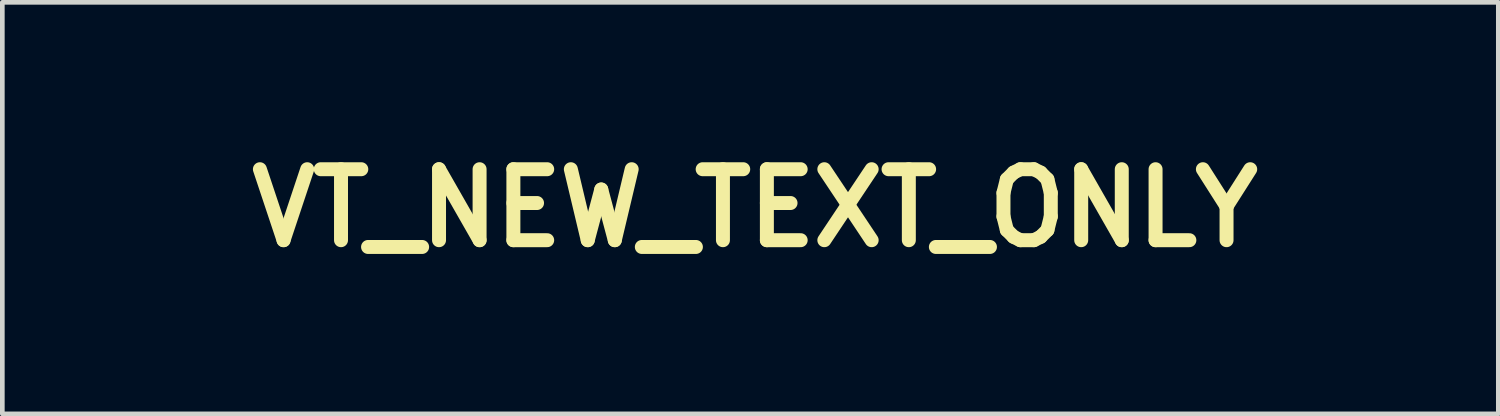
<source format=kicad_pcb>
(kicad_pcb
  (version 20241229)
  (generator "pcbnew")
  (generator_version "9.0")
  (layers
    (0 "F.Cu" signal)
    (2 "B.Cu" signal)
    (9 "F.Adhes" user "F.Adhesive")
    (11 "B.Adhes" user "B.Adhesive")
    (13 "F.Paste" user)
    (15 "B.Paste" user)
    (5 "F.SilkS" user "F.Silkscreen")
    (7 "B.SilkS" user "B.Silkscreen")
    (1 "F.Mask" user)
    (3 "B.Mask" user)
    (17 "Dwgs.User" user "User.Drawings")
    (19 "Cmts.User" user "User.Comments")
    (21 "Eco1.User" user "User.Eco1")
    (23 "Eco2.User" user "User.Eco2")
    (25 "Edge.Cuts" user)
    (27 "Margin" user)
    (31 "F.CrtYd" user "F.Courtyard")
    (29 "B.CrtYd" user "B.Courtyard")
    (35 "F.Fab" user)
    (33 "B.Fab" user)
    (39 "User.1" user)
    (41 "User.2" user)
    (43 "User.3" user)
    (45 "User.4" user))
  (footprint "VT_NEW_TEXT_ONLY"
    (layer "F.Cu")
    (at 13.162 1.418)
    (property "Reference" "VT_NEW_TEXT_ONLY" (at 0 0 0) (layer "F.SilkS") (effects (font (size 1.524 1.524) (thickness 0.3))))
    (attr through_hole)
    (fp_poly (pts (xy -9.855 1.219) (xy -10.312 1.219) (xy -10.312 -1.168) (xy -9.855 -1.168) (xy -9.855 1.219)) (stroke (width 0.01) (type solid)) (fill yes) (layer "F.Mask"))
    (fp_poly (pts (xy -3.759 1.219) (xy -4.216 1.219) (xy -4.216 -1.168) (xy -3.759 -1.168) (xy -3.759 1.219)) (stroke (width 0.01) (type solid)) (fill yes) (layer "F.Mask"))
    (fp_poly (pts (xy 0.254 1.219) (xy -0.203 1.219) (xy -0.203 -1.168) (xy 0.254 -1.168) (xy 0.254 1.219)) (stroke (width 0.01) (type solid)) (fill yes) (layer "F.Mask"))
    (fp_poly (pts (xy 6.045 -0.762) (xy 5.334 -0.762) (xy 5.334 1.219) (xy 4.879 1.219) (xy 4.865 0.241) (xy 4.851 -0.737) (xy 4.508 -0.752) (xy 4.166 -0.767) (xy 4.166 -1.168) (xy 6.045 -1.168) (xy 6.045 -0.762)) (stroke (width 0.01) (type solid)) (fill yes) (layer "F.Mask"))
    (fp_poly (pts (xy 11.328 -0.203) (xy 12.497 -0.203) (xy 12.497 -1.168) (xy 12.954 -1.168) (xy 12.954 1.219) (xy 12.497 1.219) (xy 12.497 0.254) (xy 11.328 0.254) (xy 11.328 1.219) (xy 10.871 1.219) (xy 10.871 -1.168) (xy 11.328 -1.168) (xy 11.328 -0.203)) (stroke (width 0.01) (type solid)) (fill yes) (layer "F.Mask"))
    (fp_poly (pts (xy 7.925 -0.762) (xy 6.858 -0.762) (xy 6.858 -0.203) (xy 7.722 -0.203) (xy 7.722 0.021) (xy 7.717 0.16) (xy 7.691 0.225) (xy 7.622 0.244) (xy 7.556 0.244) (xy 7.406 0.244) (xy 7.213 0.247) (xy 7.125 0.248) (xy 6.858 0.254) (xy 6.858 0.813) (xy 7.925 0.813) (xy 7.925 1.219) (xy 6.401 1.219) (xy 6.401 -1.168) (xy 7.925 -1.168) (xy 7.925 -0.762)) (stroke (width 0.01) (type solid)) (fill yes) (layer "F.Mask"))
    (fp_poly (pts (xy -0.914 1.225) (xy -1.13 1.209) (xy -1.206 1.202) (xy -1.271 1.185) (xy -1.335 1.147) (xy -1.409 1.076) (xy -1.504 0.963) (xy -1.632 0.795) (xy -1.803 0.561) (xy -1.904 0.422) (xy -2.084 0.174) (xy -2.248 -0.048) (xy -2.383 -0.229) (xy -2.48 -0.356) (xy -2.527 -0.414) (xy -2.551 -0.419) (xy -2.569 -0.373) (xy -2.58 -0.265) (xy -2.587 -0.083) (xy -2.59 0.184) (xy -2.591 0.371) (xy -2.591 1.219) (xy -3.048 1.219) (xy -3.048 -1.168) (xy -2.781 -1.168) (xy -2.619 -1.16) (xy -2.497 -1.143) (xy -2.459 -1.13) (xy -2.412 -1.077) (xy -2.318 -0.956) (xy -2.19 -0.781) (xy -2.037 -0.567) (xy -1.932 -0.418) (xy -1.77 -0.189) (xy -1.627 0.01) (xy -1.512 0.165) (xy -1.438 0.26) (xy -1.416 0.283) (xy -1.4 0.246) (xy -1.387 0.123) (xy -1.377 -0.069) (xy -1.372 -0.314) (xy -1.372 -0.429) (xy -1.372 -1.168) (xy -0.914 -1.168) (xy -0.914 1.225)) (stroke (width 0.01) (type solid)) (fill yes) (layer "F.Mask"))
    (fp_poly (pts (xy 1.878 -1.158) (xy 2.105 -1.143) (xy 3.138 1.219) (xy 2.923 1.219) (xy 2.764 1.203) (xy 2.647 1.141) (xy 2.545 1.015) (xy 2.469 0.876) (xy 2.385 0.711) (xy 1.572 0.711) (xy 1.649 0.562) (xy 1.779 0.387) (xy 1.943 0.279) (xy 2.069 0.254) (xy 2.159 0.245) (xy 2.184 0.23) (xy 2.166 0.162) (xy 2.118 0.038) (xy 2.053 -0.114) (xy 1.985 -0.265) (xy 1.925 -0.388) (xy 1.887 -0.453) (xy 1.881 -0.457) (xy 1.852 -0.413) (xy 1.79 -0.291) (xy 1.704 -0.106) (xy 1.601 0.125) (xy 1.529 0.292) (xy 1.414 0.554) (xy 1.307 0.787) (xy 1.217 0.974) (xy 1.152 1.096) (xy 1.129 1.13) (xy 1.047 1.179) (xy 0.924 1.211) (xy 0.795 1.222) (xy 0.695 1.21) (xy 0.66 1.175) (xy 0.68 1.113) (xy 0.732 0.979) (xy 0.809 0.793) (xy 0.891 0.603) (xy 1.007 0.336) (xy 1.144 0.019) (xy 1.283 -0.306) (xy 1.386 -0.548) (xy 1.65 -1.173) (xy 1.878 -1.158)) (stroke (width 0.01) (type solid)) (fill yes) (layer "F.Mask"))
    (fp_poly (pts (xy -12.845 -1.168) (xy -12.777 -1.158) (xy -12.718 -1.128) (xy -12.661 -1.065) (xy -12.597 -0.959) (xy -12.518 -0.798) (xy -12.417 -0.569) (xy -12.285 -0.262) (xy -12.243 -0.164) (xy -12.142 0.068) (xy -12.052 0.264) (xy -11.984 0.407) (xy -11.943 0.478) (xy -11.939 0.482) (xy -11.908 0.445) (xy -11.845 0.33) (xy -11.759 0.152) (xy -11.656 -0.076) (xy -11.583 -0.243) (xy -11.468 -0.505) (xy -11.36 -0.739) (xy -11.268 -0.926) (xy -11.201 -1.049) (xy -11.177 -1.083) (xy -11.069 -1.148) (xy -10.904 -1.16) (xy -10.885 -1.159) (xy -10.679 -1.143) (xy -11.194 0.037) (xy -11.709 1.218) (xy -11.928 1.219) (xy -12.069 1.211) (xy -12.148 1.172) (xy -12.205 1.076) (xy -12.225 1.029) (xy -12.297 0.859) (xy -12.381 0.666) (xy -12.406 0.61) (xy -12.559 0.264) (xy -12.706 -0.071) (xy -12.841 -0.383) (xy -12.959 -0.658) (xy -13.054 -0.884) (xy -13.121 -1.048) (xy -13.155 -1.137) (xy -13.157 -1.148) (xy -13.112 -1.16) (xy -12.997 -1.167) (xy -12.93 -1.168) (xy -12.845 -1.168)) (stroke (width 0.01) (type solid)) (fill yes) (layer "F.Mask"))
    (fp_poly (pts (xy 9.812 -1.146) (xy 10.061 -1.047) (xy 10.238 -0.935) (xy 10.332 -0.819) (xy 10.34 -0.718) (xy 10.26 -0.611) (xy 10.112 -0.578) (xy 9.901 -0.619) (xy 9.786 -0.662) (xy 9.513 -0.741) (xy 9.276 -0.73) (xy 9.059 -0.628) (xy 8.991 -0.576) (xy 8.799 -0.358) (xy 8.7 -0.115) (xy 8.694 0.136) (xy 8.781 0.38) (xy 8.961 0.601) (xy 8.988 0.624) (xy 9.217 0.757) (xy 9.472 0.791) (xy 9.753 0.728) (xy 9.798 0.709) (xy 10.038 0.635) (xy 10.22 0.642) (xy 10.343 0.729) (xy 10.363 0.761) (xy 10.384 0.831) (xy 10.349 0.893) (xy 10.243 0.975) (xy 10.217 0.993) (xy 10.027 1.096) (xy 9.804 1.186) (xy 9.588 1.248) (xy 9.428 1.268) (xy 9.322 1.251) (xy 9.163 1.209) (xy 9.042 1.171) (xy 8.744 1.019) (xy 8.509 0.8) (xy 8.341 0.532) (xy 8.247 0.23) (xy 8.232 -0.087) (xy 8.303 -0.401) (xy 8.435 -0.656) (xy 8.67 -0.917) (xy 8.954 -1.097) (xy 9.271 -1.191) (xy 9.607 -1.192) (xy 9.812 -1.146)) (stroke (width 0.01) (type solid)) (fill yes) (layer "F.Mask"))
    (fp_poly (pts (xy -5.556 -1.166) (xy -5.246 -1.054) (xy -5.036 -0.921) (xy -4.95 -0.825) (xy -4.95 -0.72) (xy -4.95 -0.719) (xy -5.031 -0.612) (xy -5.176 -0.577) (xy -5.379 -0.614) (xy -5.484 -0.655) (xy -5.697 -0.733) (xy -5.865 -0.755) (xy -6.029 -0.722) (xy -6.172 -0.66) (xy -6.376 -0.512) (xy -6.52 -0.306) (xy -6.595 -0.068) (xy -6.591 0.176) (xy -6.533 0.345) (xy -6.364 0.569) (xy -6.139 0.72) (xy -5.878 0.789) (xy -5.604 0.766) (xy -5.599 0.765) (xy -5.465 0.722) (xy -5.403 0.669) (xy -5.385 0.576) (xy -5.385 0.531) (xy -5.395 0.411) (xy -5.439 0.363) (xy -5.502 0.356) (xy -5.647 0.317) (xy -5.726 0.202) (xy -5.74 0.091) (xy -5.74 -0.051) (xy -4.928 -0.051) (xy -4.928 1.007) (xy -5.149 1.114) (xy -5.341 1.181) (xy -5.579 1.229) (xy -5.825 1.252) (xy -6.04 1.247) (xy -6.147 1.226) (xy -6.485 1.067) (xy -6.751 0.842) (xy -6.939 0.559) (xy -7.043 0.228) (xy -7.061 -0.000184) (xy -7.016 -0.33) (xy -6.891 -0.616) (xy -6.7 -0.852) (xy -6.456 -1.031) (xy -6.175 -1.148) (xy -5.87 -1.195) (xy -5.556 -1.166)) (stroke (width 0.01) (type solid)) (fill yes) (layer "F.Mask"))
    (fp_poly (pts (xy -8.261 -1.16) (xy -8.024 -1.13) (xy -7.848 -1.07) (xy -7.713 -0.974) (xy -7.599 -0.834) (xy -7.572 -0.792) (xy -7.485 -0.562) (xy -7.479 -0.311) (xy -7.548 -0.066) (xy -7.684 0.14) (xy -7.778 0.222) (xy -7.818 0.256) (xy -7.829 0.299) (xy -7.806 0.365) (xy -7.739 0.472) (xy -7.622 0.636) (xy -7.543 0.742) (xy -7.21 1.194) (xy -7.413 1.209) (xy -7.56 1.21) (xy -7.681 1.178) (xy -7.797 1.101) (xy -7.927 0.965) (xy -8.089 0.757) (xy -8.108 0.731) (xy -8.247 0.549) (xy -8.346 0.437) (xy -8.423 0.38) (xy -8.493 0.363) (xy -8.526 0.365) (xy -8.592 0.377) (xy -8.634 0.408) (xy -8.656 0.48) (xy -8.669 0.613) (xy -8.676 0.8) (xy -8.691 1.219) (xy -9.144 1.219) (xy -9.144 -0.711) (xy -8.687 -0.711) (xy -8.687 -0.102) (xy -8.385 -0.102) (xy -8.206 -0.108) (xy -8.097 -0.132) (xy -8.027 -0.184) (xy -8.004 -0.215) (xy -7.931 -0.385) (xy -7.958 -0.544) (xy -8.009 -0.618) (xy -8.094 -0.677) (xy -8.231 -0.705) (xy -8.39 -0.711) (xy -8.687 -0.711) (xy -9.144 -0.711) (xy -9.144 -1.168) (xy -8.578 -1.168) (xy -8.261 -1.16)) (stroke (width 0.01) (type solid)) (fill yes) (layer "F.Mask")))
  (gr_rect
    (start -3 -3)
    (end 29.121 5.836)
    (stroke (width 0.1) (type default))
    (fill no)
    (layer "Edge.Cuts")))
</source>
